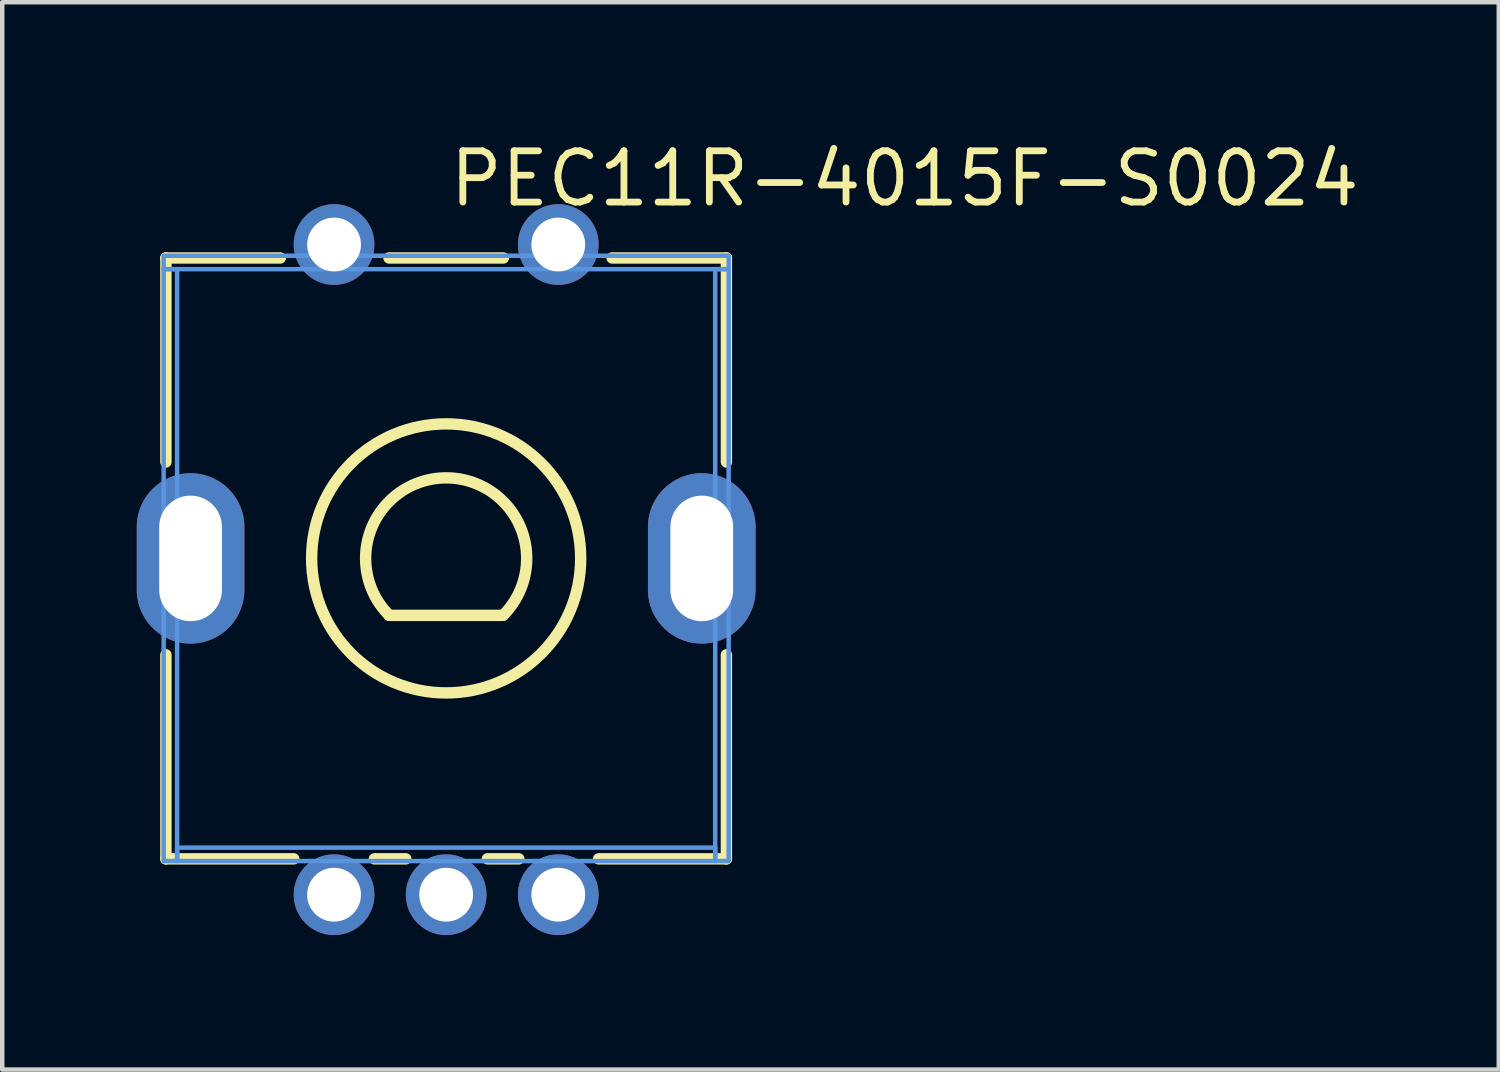
<source format=kicad_pcb>
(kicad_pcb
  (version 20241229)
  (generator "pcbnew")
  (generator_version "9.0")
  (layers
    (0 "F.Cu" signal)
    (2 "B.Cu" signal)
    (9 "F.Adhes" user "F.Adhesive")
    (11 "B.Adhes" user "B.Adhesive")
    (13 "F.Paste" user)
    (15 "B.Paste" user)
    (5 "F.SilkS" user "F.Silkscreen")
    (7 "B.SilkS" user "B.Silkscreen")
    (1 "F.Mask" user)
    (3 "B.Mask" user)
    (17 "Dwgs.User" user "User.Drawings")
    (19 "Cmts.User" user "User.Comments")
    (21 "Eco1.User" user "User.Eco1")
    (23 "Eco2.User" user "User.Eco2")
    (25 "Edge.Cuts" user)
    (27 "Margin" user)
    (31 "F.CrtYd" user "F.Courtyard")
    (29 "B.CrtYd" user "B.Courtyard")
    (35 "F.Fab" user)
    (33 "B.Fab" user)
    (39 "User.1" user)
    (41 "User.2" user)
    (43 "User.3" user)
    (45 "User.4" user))
  (footprint "PEC11R-4015F-S0024"
    (layer "F.Cu")
    (at 6.9 9.653)
    (property "Reference" "PEC11R-4015F-S0024" (at 0 -8.718 0) (layer "F.SilkS") (effects (font (size 1.143 1.143) (thickness 0.152)) (justify left)))
    (attr through_hole)
    (fp_line (start -6.25 -6.95) (end -3.7 -6.95) (stroke (width 0.254) (type solid)) (layer "F.SilkS"))
    (fp_line (start -6.25 -2.4) (end -6.25 -6.95) (stroke (width 0.254) (type solid)) (layer "F.SilkS"))
    (fp_line (start -6.25 6.45) (end -6.25 1.9) (stroke (width 0.254) (type solid)) (layer "F.SilkS"))
    (fp_line (start -6.25 6.45) (end -3.4 6.45) (stroke (width 0.254) (type solid)) (layer "F.SilkS"))
    (fp_line (start -1.6 6.45) (end -0.9 6.45) (stroke (width 0.254) (type solid)) (layer "F.SilkS"))
    (fp_line (start -1.275 -6.95) (end 1.275 -6.95) (stroke (width 0.254) (type solid)) (layer "F.SilkS"))
    (fp_line (start 0.92 6.45) (end 1.62 6.45) (stroke (width 0.254) (type solid)) (layer "F.SilkS"))
    (fp_line (start 1.27 1.02) (end -1.27 1.02) (stroke (width 0.254) (type solid)) (layer "F.SilkS"))
    (fp_line (start 3.4 6.45) (end 6.25 6.45) (stroke (width 0.254) (type solid)) (layer "F.SilkS"))
    (fp_line (start 3.7 -6.95) (end 6.25 -6.95) (stroke (width 0.254) (type solid)) (layer "F.SilkS"))
    (fp_line (start 6.25 -2.4) (end 6.25 -6.95) (stroke (width 0.254) (type solid)) (layer "F.SilkS"))
    (fp_line (start 6.25 6.45) (end 6.25 1.9) (stroke (width 0.254) (type solid)) (layer "F.SilkS"))
    (fp_arc (start -1.27 1.02) (mid 0.000016 -2.046051) (end 1.269978 1.020022) (stroke (width 0.254) (type solid)) (layer "F.SilkS"))
    (fp_circle (center 0 -0.25) (end 3 -0.25) (stroke (width 0.254) (type solid)) (fill no) (layer "F.SilkS"))
    (fp_poly (pts (xy -6.3 -7) (xy 6.3 -7) (xy 6.3 -6.7) (xy -6.3 -6.7)) (stroke (width 0.1) (type solid)) (fill no) (layer "Cmts.User"))
    (fp_poly (pts (xy -6.3 -6.7) (xy -6.3 6.5) (xy -6 6.5) (xy -6 -6.7)) (stroke (width 0.1) (type solid)) (fill no) (layer "Cmts.User"))
    (fp_poly (pts (xy -6 6.5) (xy 6 6.5) (xy 6 6.2) (xy -6 6.2)) (stroke (width 0.1) (type solid)) (fill no) (layer "Cmts.User"))
    (fp_poly (pts (xy 6.3 -6.7) (xy 6.3 6.5) (xy 6 6.5) (xy 6 -6.7)) (stroke (width 0.1) (type solid)) (fill no) (layer "Cmts.User"))
    (pad "" thru_hole oval (at -5.7 -0.25) (size 2.4 3.8) (drill oval 1.4 2.8) (layers "*.Cu" "*.Paste" "*.Mask"))
    (pad "" thru_hole oval (at 5.7 -0.25) (size 2.4 3.8) (drill oval 1.4 2.8) (layers "*.Cu" "*.Paste" "*.Mask"))
    (pad "A" thru_hole circle (at -2.5 7.25) (size 1.8 1.8) (drill 1.2) (layers "*.Cu" "*.Paste" "*.Mask"))
    (pad "B" thru_hole circle (at 2.5 7.25) (size 1.8 1.8) (drill 1.2) (layers "*.Cu" "*.Paste" "*.Mask"))
    (pad "C" thru_hole circle (at 0 7.25) (size 1.8 1.8) (drill 1.2) (layers "*.Cu" "*.Paste" "*.Mask"))
    (pad "S1" thru_hole circle (at -2.5 -7.25) (size 1.8 1.8) (drill 1.2) (layers "*.Cu" "*.Paste" "*.Mask"))
    (pad "S2" thru_hole circle (at 2.5 -7.25) (size 1.8 1.8) (drill 1.2) (layers "*.Cu" "*.Paste" "*.Mask")))
  (gr_rect
    (start -3 -3)
    (end 30.375 20.803)
    (stroke (width 0.1) (type default))
    (fill no)
    (layer "Edge.Cuts")))
</source>
